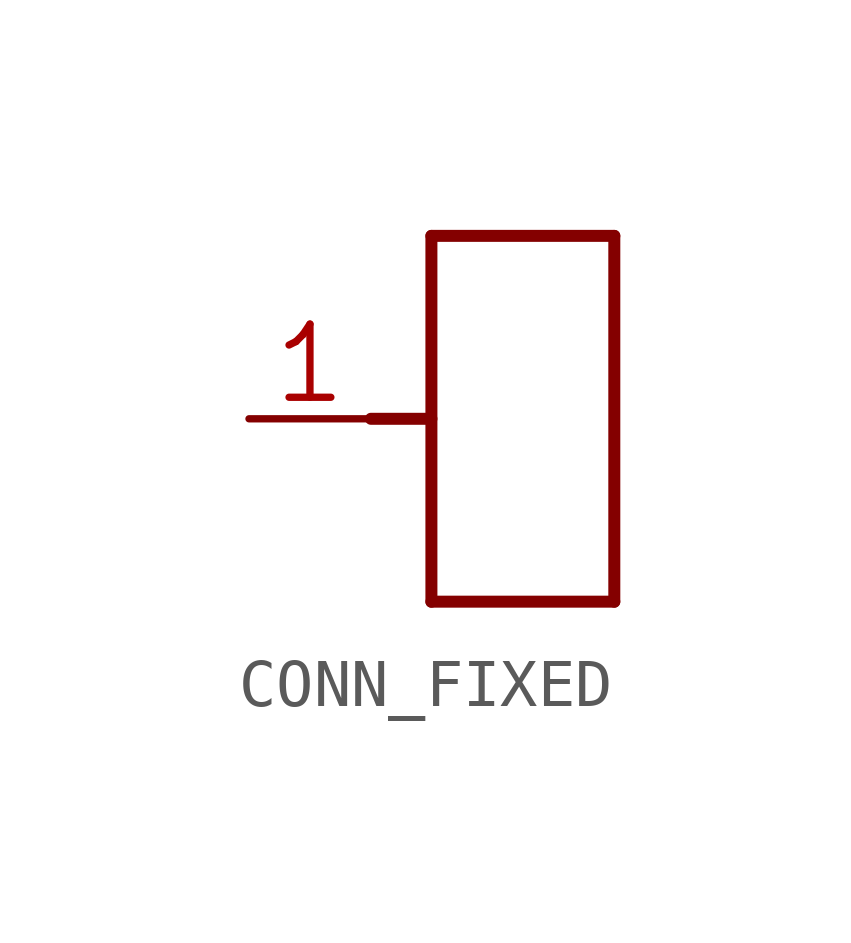
<source format=kicad_sym>
(kicad_symbol_lib
  (version 20241209)
  (generator "kicad_symbol_editor")
  (generator_version "9.0")
  (symbol "CONN_FIXED"
    (property "Reference" "#J"
      (at 0 0 0)
      (effects (font (size 1.27 1.27)) (hide yes)))
    (property "ki_locked" ""
      (at 0 0 0)
      (effects (font (size 1.27 1.27))))
    (symbol "CONN_FIXED_1_0"
      (polyline (pts (xy -2.535 0) (xy -1.275 0)) (stroke (width 0.25) (type solid)) (fill (type none)))
      (polyline (pts (xy -1.275 3.81) (xy 2.535 3.81)) (stroke (width 0.25) (type solid)) (fill (type none)))
      (polyline (pts (xy -1.275 -3.81) (xy -1.275 3.81)) (stroke (width 0.25) (type solid)) (fill (type none)))
      (polyline (pts (xy 2.535 3.81) (xy 2.535 -3.81)) (stroke (width 0.25) (type solid)) (fill (type none)))
      (polyline (pts (xy 2.535 -3.81) (xy -1.275 -3.81)) (stroke (width 0.25) (type solid)) (fill (type none)))
      (pin passive line (at -5.075 0 0) (length 2.54) (name "1" (effects (font (size 0 0)))) (number "1" (effects (font (size 1.524 1.524))))))))
</source>
